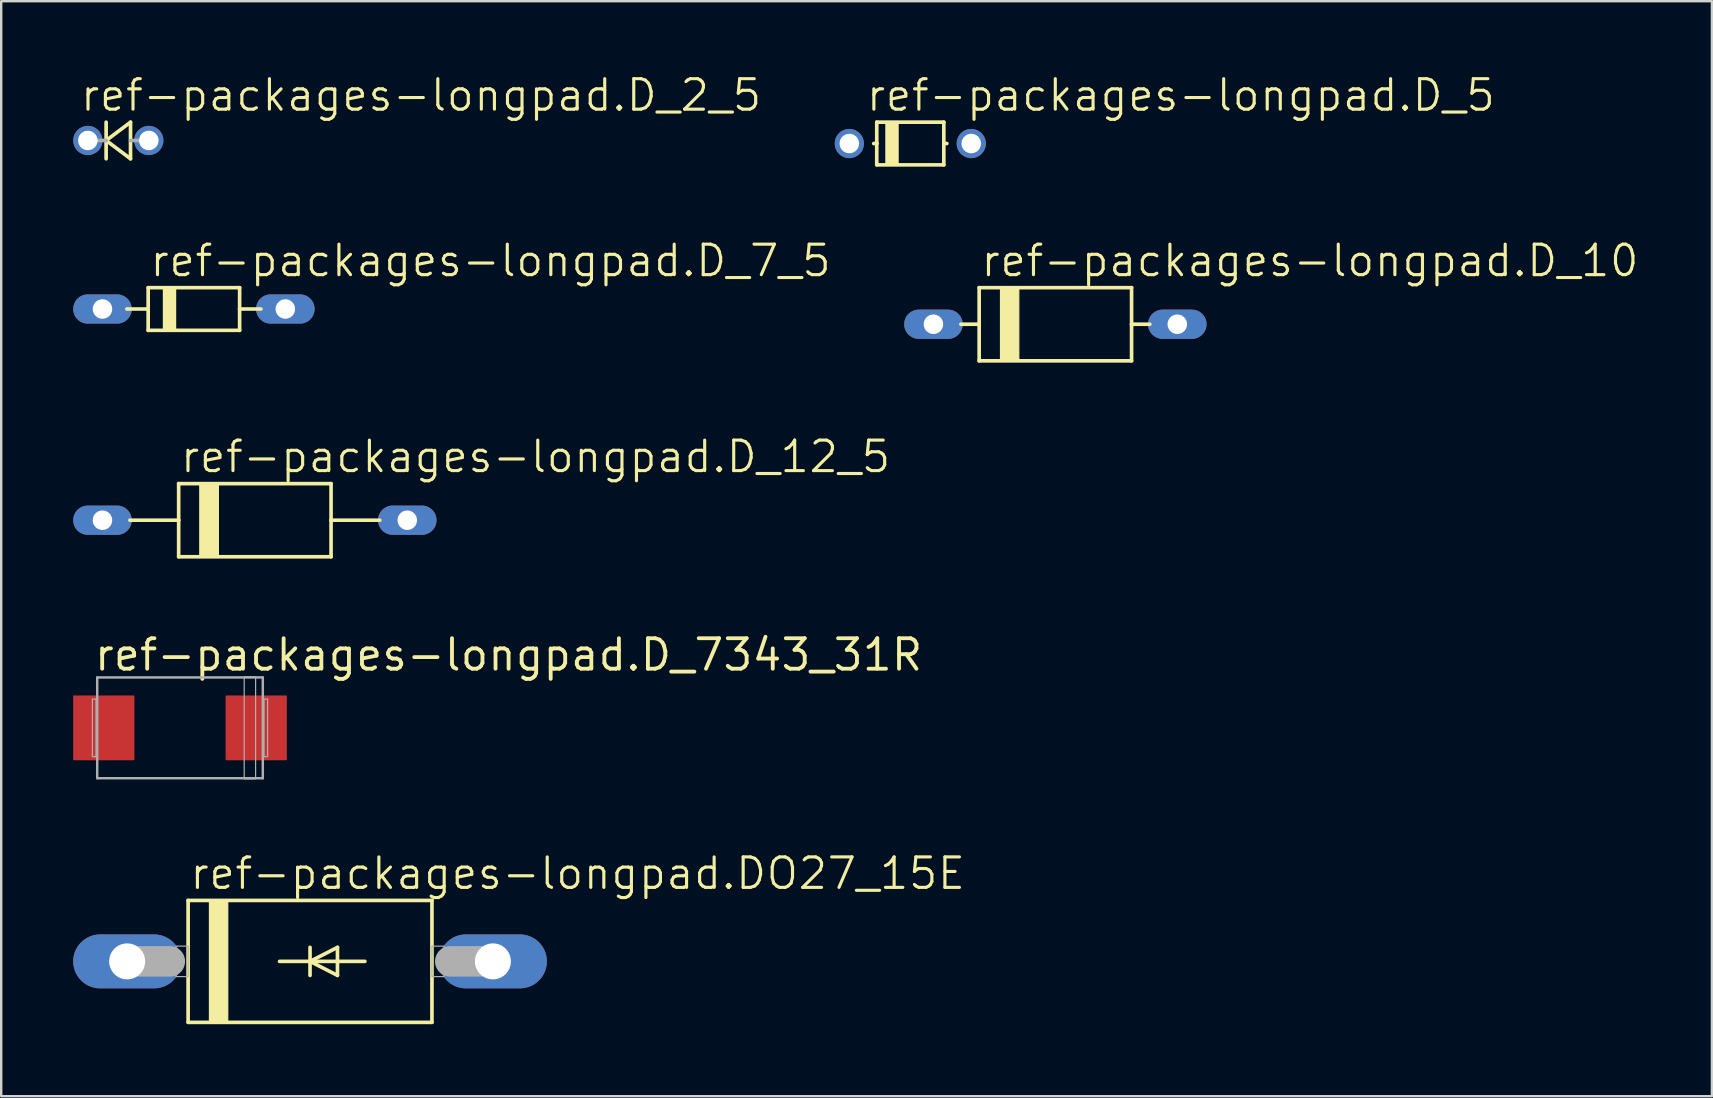
<source format=kicad_pcb>
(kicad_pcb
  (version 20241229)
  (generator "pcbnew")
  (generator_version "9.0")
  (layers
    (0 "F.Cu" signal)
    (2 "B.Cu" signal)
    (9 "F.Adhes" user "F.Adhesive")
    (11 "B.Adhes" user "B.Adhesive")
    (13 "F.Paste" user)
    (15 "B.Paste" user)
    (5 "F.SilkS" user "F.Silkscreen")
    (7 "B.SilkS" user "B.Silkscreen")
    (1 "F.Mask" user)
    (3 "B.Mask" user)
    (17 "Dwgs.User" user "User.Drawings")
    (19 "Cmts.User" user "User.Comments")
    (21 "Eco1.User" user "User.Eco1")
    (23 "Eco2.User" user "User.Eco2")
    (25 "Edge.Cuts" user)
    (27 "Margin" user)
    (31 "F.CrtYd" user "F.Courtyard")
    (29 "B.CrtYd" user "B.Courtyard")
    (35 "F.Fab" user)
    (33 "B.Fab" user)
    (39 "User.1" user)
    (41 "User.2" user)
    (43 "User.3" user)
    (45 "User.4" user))
  (footprint "ref-packages-longpad.D_7_5"
    (layer "F.Cu")
    (at 5.029 9.825)
    (property "Reference" "ref-packages-longpad.D_7_5" (at -1.905 -1.27 0) (layer "F.SilkS") (effects (font (size 1.27 1.27) (thickness 0.13)) (justify left bottom)))
    (attr through_hole)
    (fp_line (start -1.905 -0.889) (end -1.905 0) (stroke (width 0.152) (type default)) (layer "F.SilkS"))
    (fp_line (start -1.905 0) (end -2.794 0) (stroke (width 0.152) (type default)) (layer "F.SilkS"))
    (fp_line (start -1.905 0) (end -1.905 0.889) (stroke (width 0.152) (type default)) (layer "F.SilkS"))
    (fp_line (start -1.905 0.889) (end 1.905 0.889) (stroke (width 0.152) (type default)) (layer "F.SilkS"))
    (fp_line (start 1.905 -0.889) (end -1.905 -0.889) (stroke (width 0.152) (type default)) (layer "F.SilkS"))
    (fp_line (start 1.905 0) (end 1.905 -0.889) (stroke (width 0.152) (type default)) (layer "F.SilkS"))
    (fp_line (start 1.905 0.889) (end 1.905 0) (stroke (width 0.152) (type default)) (layer "F.SilkS"))
    (fp_line (start 2.794 0) (end 1.905 0) (stroke (width 0.152) (type default)) (layer "F.SilkS"))
    (fp_rect (start -1.27 0.889) (end -0.762 -0.889) (stroke (width 0.05) (type default)) (fill yes) (layer "F.SilkS"))
    (pad "A" thru_hole oval (at 3.81 0) (size 2.438 1.219) (drill 0.813) (layers "*.Cu" "*.Mask"))
    (pad "C" thru_hole oval (at -3.81 0) (size 2.438 1.219) (drill 0.813) (layers "*.Cu" "*.Mask")))
  (footprint "ref-packages-longpad.D_2_5"
    (layer "F.Cu")
    (at 1.88 2.803)
    (property "Reference" "ref-packages-longpad.D_2_5" (at -1.651 -1.143 0) (layer "F.SilkS") (effects (font (size 1.27 1.27) (thickness 0.13)) (justify left bottom)))
    (attr through_hole)
    (fp_line (start -0.508 -0.762) (end -0.508 0) (stroke (width 0.152) (type default)) (layer "F.SilkS"))
    (fp_line (start -0.508 0) (end -0.508 0.762) (stroke (width 0.152) (type default)) (layer "F.SilkS"))
    (fp_line (start -0.508 0) (end 0.508 0.762) (stroke (width 0.152) (type default)) (layer "F.SilkS"))
    (fp_line (start 0.508 -0.762) (end -0.508 0) (stroke (width 0.152) (type default)) (layer "F.SilkS"))
    (fp_line (start 0.508 0.762) (end 0.508 -0.762) (stroke (width 0.152) (type default)) (layer "F.SilkS"))
    (fp_line (start -0.508 0) (end -1.27 0) (stroke (width 0.152) (type default)) (layer "F.Fab"))
    (fp_line (start 1.27 0) (end 0.508 0) (stroke (width 0.152) (type default)) (layer "F.Fab"))
    (pad "A" thru_hole circle (at 1.27 0) (size 1.219 1.219) (drill 0.813) (layers "*.Cu" "*.Mask"))
    (pad "C" thru_hole circle (at -1.27 0) (size 1.219 1.219) (drill 0.813) (layers "*.Cu" "*.Mask")))
  (footprint "ref-packages-longpad.D_5"
    (layer "F.Cu")
    (at 34.878 2.93)
    (property "Reference" "ref-packages-longpad.D_5" (at -1.905 -1.27 0) (layer "F.SilkS") (effects (font (size 1.27 1.27) (thickness 0.13)) (justify left bottom)))
    (attr through_hole)
    (fp_line (start -1.397 -0.889) (end -1.397 0) (stroke (width 0.152) (type default)) (layer "F.SilkS"))
    (fp_line (start -1.397 0) (end -1.524 0) (stroke (width 0.152) (type default)) (layer "F.SilkS"))
    (fp_line (start -1.397 0) (end -1.397 0.889) (stroke (width 0.152) (type default)) (layer "F.SilkS"))
    (fp_line (start -1.397 0.889) (end 1.397 0.889) (stroke (width 0.152) (type default)) (layer "F.SilkS"))
    (fp_line (start 1.397 -0.889) (end -1.397 -0.889) (stroke (width 0.152) (type default)) (layer "F.SilkS"))
    (fp_line (start 1.397 0) (end 1.397 -0.889) (stroke (width 0.152) (type default)) (layer "F.SilkS"))
    (fp_line (start 1.397 0.889) (end 1.397 0) (stroke (width 0.152) (type default)) (layer "F.SilkS"))
    (fp_line (start 1.524 0) (end 1.397 0) (stroke (width 0.152) (type default)) (layer "F.SilkS"))
    (fp_rect (start -1.016 0.889) (end -0.508 -0.889) (stroke (width 0.05) (type default)) (fill yes) (layer "F.SilkS"))
    (pad "A" thru_hole circle (at 2.54 0) (size 1.219 1.219) (drill 0.813) (layers "*.Cu" "*.Mask"))
    (pad "C" thru_hole circle (at -2.54 0) (size 1.219 1.219) (drill 0.813) (layers "*.Cu" "*.Mask")))
  (footprint "ref-packages-longpad.D_7343_31R"
    (layer "F.Cu")
    (at 4.45 27.276)
    (property "Reference" "ref-packages-longpad.D_7343_31R" (at -3.65 -2.3 0) (layer "F.SilkS") (effects (font (size 1.27 1.27) (thickness 0.16)) (justify left bottom)))
    (attr smd)
    (fp_line (start -3.45 -2.1) (end 3.45 -2.1) (stroke (width 0.102) (type default)) (layer "F.Fab"))
    (fp_line (start -3.45 2.1) (end -3.45 -2.1) (stroke (width 0.102) (type default)) (layer "F.Fab"))
    (fp_line (start 3.45 -2.1) (end 3.45 2.1) (stroke (width 0.102) (type default)) (layer "F.Fab"))
    (fp_line (start 3.45 2.1) (end -3.45 2.1) (stroke (width 0.102) (type default)) (layer "F.Fab"))
    (fp_rect (start -3.65 1.2) (end -3.5 -1.2) (stroke (width 0.05) (type default)) (fill no) (layer "F.Fab"))
    (fp_rect (start 2.675 2.125) (end 3.15 -2.125) (stroke (width 0.05) (type default)) (fill no) (layer "F.Fab"))
    (fp_rect (start 3.5 1.2) (end 3.65 -1.2) (stroke (width 0.05) (type default)) (fill no) (layer "F.Fab"))
    (pad "+" smd roundrect (at 3.175 0) (size 2.55 2.7) (layers "F.Cu" "F.Mask" "F.Paste") (roundrect_rratio 0.01))
    (pad "-" smd roundrect (at -3.175 0) (size 2.55 2.7) (layers "F.Cu" "F.Mask" "F.Paste") (roundrect_rratio 0.01)))
  (footprint "ref-packages-longpad.DO27_15E"
    (layer "F.Cu")
    (at 9.868 37.007)
    (property "Reference" "ref-packages-longpad.DO27_15E" (at -5.08 -2.921 0) (layer "F.SilkS") (effects (font (size 1.27 1.27) (thickness 0.13)) (justify left bottom)))
    (attr through_hole)
    (fp_line (start -5.08 -2.54) (end 5.08 -2.54) (stroke (width 0.152) (type default)) (layer "F.SilkS"))
    (fp_line (start -5.08 2.54) (end -5.08 -2.54) (stroke (width 0.152) (type default)) (layer "F.SilkS"))
    (fp_line (start -1.27 0) (end 0 0) (stroke (width 0.152) (type default)) (layer "F.SilkS"))
    (fp_line (start 0 -0.584) (end 0 0) (stroke (width 0.152) (type default)) (layer "F.SilkS"))
    (fp_line (start 0 0) (end 0 0.584) (stroke (width 0.152) (type default)) (layer "F.SilkS"))
    (fp_line (start 0 0) (end 1.143 -0.584) (stroke (width 0.152) (type default)) (layer "F.SilkS"))
    (fp_line (start 0 0) (end 2.286 0) (stroke (width 0.152) (type default)) (layer "F.SilkS"))
    (fp_line (start 1.143 -0.584) (end 1.143 0.584) (stroke (width 0.152) (type default)) (layer "F.SilkS"))
    (fp_line (start 1.143 0.584) (end 0 0) (stroke (width 0.152) (type default)) (layer "F.SilkS"))
    (fp_line (start 5.08 -2.54) (end 5.08 2.54) (stroke (width 0.152) (type default)) (layer "F.SilkS"))
    (fp_line (start 5.08 2.54) (end -5.08 2.54) (stroke (width 0.152) (type default)) (layer "F.SilkS"))
    (fp_rect (start -4.191 2.54) (end -3.429 -2.54) (stroke (width 0.05) (type default)) (fill yes) (layer "F.SilkS"))
    (fp_line (start -7.62 0) (end -5.842 0) (stroke (width 1.27) (type default)) (layer "F.Fab"))
    (fp_line (start 7.62 0) (end 5.842 0) (stroke (width 1.27) (type default)) (layer "F.Fab"))
    (fp_rect (start -5.588 0.635) (end -5.08 -0.635) (stroke (width 0.05) (type default)) (fill no) (layer "F.Fab"))
    (fp_rect (start 5.08 0.635) (end 5.588 -0.635) (stroke (width 0.05) (type default)) (fill no) (layer "F.Fab"))
    (pad "A" thru_hole oval (at 7.62 0) (size 4.496 2.248) (drill 1.499) (layers "*.Cu" "*.Mask"))
    (pad "C" thru_hole oval (at -7.62 0) (size 4.496 2.248) (drill 1.499) (layers "*.Cu" "*.Mask")))
  (footprint "ref-packages-longpad.D_12_5"
    (layer "F.Cu")
    (at 7.569 18.625)
    (property "Reference" "ref-packages-longpad.D_12_5" (at -3.175 -1.905 0) (layer "F.SilkS") (effects (font (size 1.27 1.27) (thickness 0.13)) (justify left bottom)))
    (attr through_hole)
    (fp_line (start -3.175 -1.524) (end -3.175 0) (stroke (width 0.152) (type default)) (layer "F.SilkS"))
    (fp_line (start -3.175 0) (end -5.207 0) (stroke (width 0.152) (type default)) (layer "F.SilkS"))
    (fp_line (start -3.175 0) (end -3.175 1.524) (stroke (width 0.152) (type default)) (layer "F.SilkS"))
    (fp_line (start -3.175 1.524) (end 3.175 1.524) (stroke (width 0.152) (type default)) (layer "F.SilkS"))
    (fp_line (start 3.175 -1.524) (end -3.175 -1.524) (stroke (width 0.152) (type default)) (layer "F.SilkS"))
    (fp_line (start 3.175 0) (end 3.175 -1.524) (stroke (width 0.152) (type default)) (layer "F.SilkS"))
    (fp_line (start 3.175 1.524) (end 3.175 0) (stroke (width 0.152) (type default)) (layer "F.SilkS"))
    (fp_line (start 5.207 0) (end 3.175 0) (stroke (width 0.152) (type default)) (layer "F.SilkS"))
    (fp_rect (start -2.286 1.524) (end -1.524 -1.524) (stroke (width 0.05) (type default)) (fill yes) (layer "F.SilkS"))
    (fp_rect (start -2.286 1.524) (end -1.524 -1.524) (stroke (width 0.05) (type default)) (fill yes) (layer "F.SilkS"))
    (pad "A" thru_hole oval (at 6.35 0) (size 2.438 1.219) (drill 0.813) (layers "*.Cu" "*.Mask"))
    (pad "C" thru_hole oval (at -6.35 0) (size 2.438 1.219) (drill 0.813) (layers "*.Cu" "*.Mask")))
  (footprint "ref-packages-longpad.D_10"
    (layer "F.Cu")
    (at 40.923 10.46)
    (property "Reference" "ref-packages-longpad.D_10" (at -3.175 -1.905 0) (layer "F.SilkS") (effects (font (size 1.27 1.27) (thickness 0.13)) (justify left bottom)))
    (attr through_hole)
    (fp_line (start -3.175 -1.524) (end -3.175 0) (stroke (width 0.152) (type default)) (layer "F.SilkS"))
    (fp_line (start -3.175 0) (end -3.937 0) (stroke (width 0.152) (type default)) (layer "F.SilkS"))
    (fp_line (start -3.175 0) (end -3.175 1.524) (stroke (width 0.152) (type default)) (layer "F.SilkS"))
    (fp_line (start -3.175 1.524) (end 3.175 1.524) (stroke (width 0.152) (type default)) (layer "F.SilkS"))
    (fp_line (start 3.175 -1.524) (end -3.175 -1.524) (stroke (width 0.152) (type default)) (layer "F.SilkS"))
    (fp_line (start 3.175 0) (end 3.175 -1.524) (stroke (width 0.152) (type default)) (layer "F.SilkS"))
    (fp_line (start 3.175 1.524) (end 3.175 0) (stroke (width 0.152) (type default)) (layer "F.SilkS"))
    (fp_line (start 3.937 0) (end 3.175 0) (stroke (width 0.152) (type default)) (layer "F.SilkS"))
    (fp_rect (start -2.286 1.524) (end -1.524 -1.524) (stroke (width 0.05) (type default)) (fill yes) (layer "F.SilkS"))
    (pad "A" thru_hole oval (at 5.08 0) (size 2.438 1.219) (drill 0.813) (layers "*.Cu" "*.Mask"))
    (pad "C" thru_hole oval (at -5.08 0) (size 2.438 1.219) (drill 0.813) (layers "*.Cu" "*.Mask")))
  (gr_rect
    (start -3 -3)
    (end 68.279 42.624)
    (stroke (width 0.1) (type default))
    (fill no)
    (layer "Edge.Cuts")))
</source>
